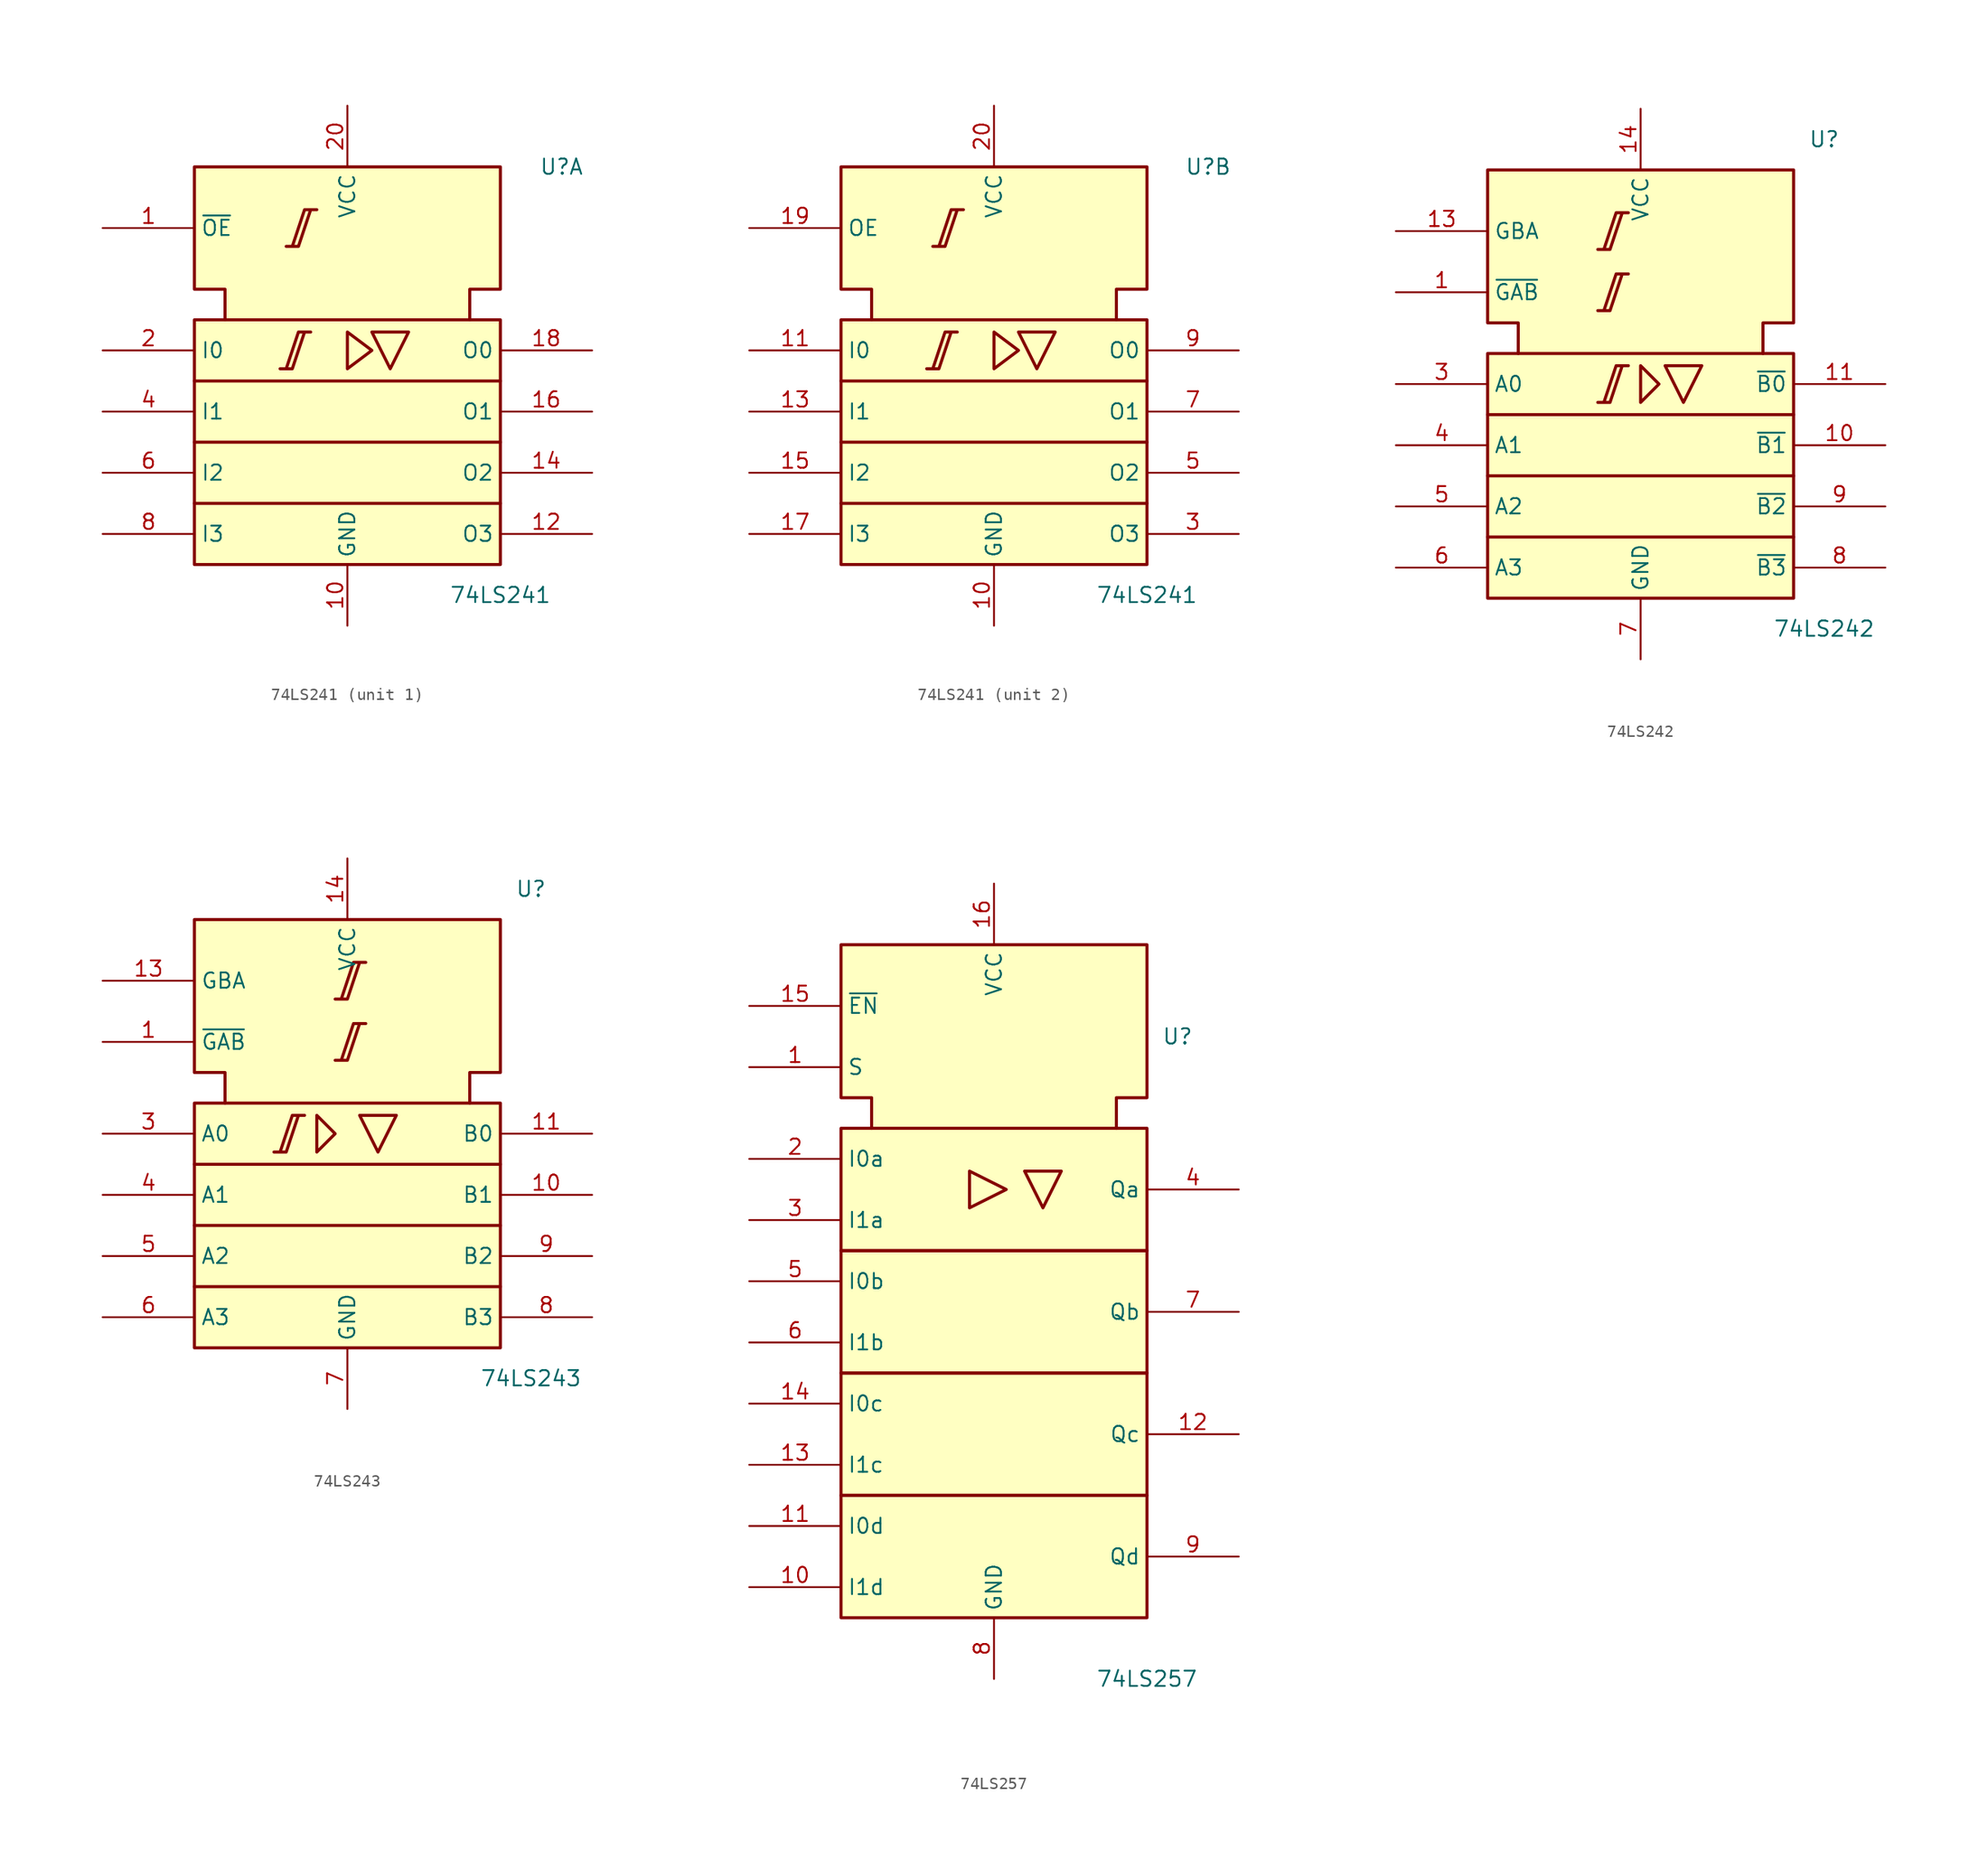
<source format=kicad_sym>
(kicad_symbol_lib
  (version 20231120)
  (generator "kicad_symbol_editor")
  (generator_version "8.0")
  (symbol "74LS241"
    (property "Reference" "U"
      (at 17.78 20.32 0)
      (effects (font (size 1.27 1.27))))
    (property "Value" "74LS241"
      (at 12.7 -15.24 0)
      (effects (font (size 1.27 1.27))))
    (symbol "74LS241_0_0"
      (polyline (pts (xy 2.032 6.604) (xy 5.08 6.604) (xy 3.556 3.556) (xy 2.032 6.604) (xy 2.032 6.604)) (stroke (width 0.254) (type default)) (fill (type background)))
      (pin power_in line (at 0 -17.78 90) (length 5.08) (name "GND" (effects (font (size 1.27 1.27)))) (number "10" (effects (font (size 1.27 1.27)))))
      (pin power_in line (at 0 25.4 270) (length 5.08) (name "VCC" (effects (font (size 1.27 1.27)))) (number "20" (effects (font (size 1.27 1.27))))))
    (symbol "74LS241_0_1"
      (rectangle (start -12.7 7.62) (end 12.7 -12.7) (stroke (width 0.254) (type default)) (fill (type background)))
      (polyline (pts (xy -12.7 -2.54) (xy 12.7 -2.54) (xy 12.7 -2.54)) (stroke (width 0.254) (type default)) (fill (type background)))
      (polyline (pts (xy 12.7 -7.62) (xy -12.7 -7.62) (xy -12.7 -7.62)) (stroke (width 0.254) (type default)) (fill (type background)))
      (polyline (pts (xy 12.7 2.54) (xy -12.7 2.54) (xy -12.7 2.54)) (stroke (width 0.254) (type default)) (fill (type background)))
      (polyline (pts (xy 0 6.604) (xy 0 3.556) (xy 2.032 5.08) (xy 0 6.604) (xy 0 6.604)) (stroke (width 0.254) (type default)) (fill (type background)))
      (polyline (pts (xy -5.588 3.556) (xy -4.572 3.556) (xy -3.556 6.604) (xy -3.048 6.604) (xy -4.064 6.604) (xy -5.08 3.556) (xy -5.08 3.556)) (stroke (width 0.254) (type default)) (fill (type background)))
      (polyline (pts (xy -5.08 13.716) (xy -4.064 13.716) (xy -3.048 16.764) (xy -2.54 16.764) (xy -3.556 16.764) (xy -4.572 13.716) (xy -4.572 13.716)) (stroke (width 0.254) (type default)) (fill (type background)))
      (polyline (pts (xy -10.16 7.62) (xy -10.16 10.16) (xy -12.7 10.16) (xy -12.7 20.32) (xy 12.7 20.32) (xy 12.7 10.16) (xy 10.16 10.16) (xy 10.16 7.62) (xy 10.16 7.62)) (stroke (width 0.254) (type default)) (fill (type background))))
    (symbol "74LS241_1_1"
      (pin input line (at -20.32 15.24 0) (length 7.62) (name "~{OE}" (effects (font (size 1.27 1.27)))) (number "1" (effects (font (size 1.27 1.27)))))
      (pin tri_state line (at 20.32 -10.16 180) (length 7.62) (name "O3" (effects (font (size 1.27 1.27)))) (number "12" (effects (font (size 1.27 1.27)))))
      (pin tri_state line (at 20.32 -5.08 180) (length 7.62) (name "O2" (effects (font (size 1.27 1.27)))) (number "14" (effects (font (size 1.27 1.27)))))
      (pin tri_state line (at 20.32 0 180) (length 7.62) (name "O1" (effects (font (size 1.27 1.27)))) (number "16" (effects (font (size 1.27 1.27)))))
      (pin tri_state line (at 20.32 5.08 180) (length 7.62) (name "O0" (effects (font (size 1.27 1.27)))) (number "18" (effects (font (size 1.27 1.27)))))
      (pin input line (at -20.32 5.08 0) (length 7.62) (name "I0" (effects (font (size 1.27 1.27)))) (number "2" (effects (font (size 1.27 1.27)))))
      (pin input line (at -20.32 0 0) (length 7.62) (name "I1" (effects (font (size 1.27 1.27)))) (number "4" (effects (font (size 1.27 1.27)))))
      (pin input line (at -20.32 -5.08 0) (length 7.62) (name "I2" (effects (font (size 1.27 1.27)))) (number "6" (effects (font (size 1.27 1.27)))))
      (pin input line (at -20.32 -10.16 0) (length 7.62) (name "I3" (effects (font (size 1.27 1.27)))) (number "8" (effects (font (size 1.27 1.27))))))
    (symbol "74LS241_2_1"
      (pin input line (at -20.32 5.08 0) (length 7.62) (name "I0" (effects (font (size 1.27 1.27)))) (number "11" (effects (font (size 1.27 1.27)))))
      (pin input line (at -20.32 0 0) (length 7.62) (name "I1" (effects (font (size 1.27 1.27)))) (number "13" (effects (font (size 1.27 1.27)))))
      (pin input line (at -20.32 -5.08 0) (length 7.62) (name "I2" (effects (font (size 1.27 1.27)))) (number "15" (effects (font (size 1.27 1.27)))))
      (pin input line (at -20.32 -10.16 0) (length 7.62) (name "I3" (effects (font (size 1.27 1.27)))) (number "17" (effects (font (size 1.27 1.27)))))
      (pin input line (at -20.32 15.24 0) (length 7.62) (name "OE" (effects (font (size 1.27 1.27)))) (number "19" (effects (font (size 1.27 1.27)))))
      (pin tri_state line (at 20.32 -10.16 180) (length 7.62) (name "O3" (effects (font (size 1.27 1.27)))) (number "3" (effects (font (size 1.27 1.27)))))
      (pin tri_state line (at 20.32 -5.08 180) (length 7.62) (name "O2" (effects (font (size 1.27 1.27)))) (number "5" (effects (font (size 1.27 1.27)))))
      (pin tri_state line (at 20.32 0 180) (length 7.62) (name "O1" (effects (font (size 1.27 1.27)))) (number "7" (effects (font (size 1.27 1.27)))))
      (pin tri_state line (at 20.32 5.08 180) (length 7.62) (name "O0" (effects (font (size 1.27 1.27)))) (number "9" (effects (font (size 1.27 1.27)))))))
  (symbol "74LS242"
    (property "Reference" "U"
      (at 15.24 25.4 0)
      (effects (font (size 1.27 1.27))))
    (property "Value" "74LS242"
      (at 15.24 -15.24 0)
      (effects (font (size 1.27 1.27))))
    (symbol "74LS242_0_0"
      (pin power_in line (at 0 27.94 270) (length 5.08) (name "VCC" (effects (font (size 1.27 1.27)))) (number "14" (effects (font (size 1.27 1.27)))))
      (pin power_in line (at 0 -17.78 90) (length 5.08) (name "GND" (effects (font (size 1.27 1.27)))) (number "7" (effects (font (size 1.27 1.27))))))
    (symbol "74LS242_0_1"
      (rectangle (start -12.7 7.62) (end 12.7 -12.7) (stroke (width 0.254) (type default)) (fill (type background)))
      (polyline (pts (xy -12.7 -7.62) (xy 12.7 -7.62) (xy 12.7 -7.62)) (stroke (width 0.254) (type default)) (fill (type background)))
      (polyline (pts (xy -12.7 -2.54) (xy 12.7 -2.54) (xy 12.7 -2.54)) (stroke (width 0.254) (type default)) (fill (type background)))
      (polyline (pts (xy -12.7 2.54) (xy 12.7 2.54) (xy 12.7 2.54)) (stroke (width 0.254) (type default)) (fill (type background)))
      (polyline (pts (xy 0 6.604) (xy 0 3.556) (xy 1.524 5.08) (xy 0 6.604) (xy 0 6.604)) (stroke (width 0.254) (type default)) (fill (type background)))
      (polyline (pts (xy 2.032 6.604) (xy 5.08 6.604) (xy 3.556 3.556) (xy 2.032 6.604) (xy 2.032 6.604)) (stroke (width 0.254) (type default)) (fill (type background)))
      (polyline (pts (xy -3.556 3.556) (xy -2.54 3.556) (xy -1.524 6.604) (xy -1.016 6.604) (xy -2.032 6.604) (xy -3.048 3.556) (xy -3.048 3.556)) (stroke (width 0.254) (type default)) (fill (type background)))
      (polyline (pts (xy -3.556 11.176) (xy -2.54 11.176) (xy -1.524 14.224) (xy -1.016 14.224) (xy -2.032 14.224) (xy -3.048 11.176) (xy -3.048 11.176)) (stroke (width 0.254) (type default)) (fill (type background)))
      (polyline (pts (xy -3.556 16.256) (xy -2.54 16.256) (xy -1.524 19.304) (xy -1.016 19.304) (xy -2.032 19.304) (xy -3.048 16.256) (xy -3.048 16.256)) (stroke (width 0.254) (type default)) (fill (type background)))
      (polyline (pts (xy -10.16 7.62) (xy -10.16 10.16) (xy -12.7 10.16) (xy -12.7 22.86) (xy 12.7 22.86) (xy 12.7 10.16) (xy 10.16 10.16) (xy 10.16 7.62) (xy 10.16 7.62)) (stroke (width 0.254) (type default)) (fill (type background))))
    (symbol "74LS242_1_1"
      (pin input line (at -20.32 12.7 0) (length 7.62) (name "~{GAB}" (effects (font (size 1.27 1.27)))) (number "1" (effects (font (size 1.27 1.27)))))
      (pin tri_state line (at 20.32 0 180) (length 7.62) (name "~{B1}" (effects (font (size 1.27 1.27)))) (number "10" (effects (font (size 1.27 1.27)))))
      (pin tri_state line (at 20.32 5.08 180) (length 7.62) (name "~{B0}" (effects (font (size 1.27 1.27)))) (number "11" (effects (font (size 1.27 1.27)))))
      (pin input line (at -20.32 17.78 0) (length 7.62) (name "GBA" (effects (font (size 1.27 1.27)))) (number "13" (effects (font (size 1.27 1.27)))))
      (pin input line (at -20.32 5.08 0) (length 7.62) (name "A0" (effects (font (size 1.27 1.27)))) (number "3" (effects (font (size 1.27 1.27)))))
      (pin input line (at -20.32 0 0) (length 7.62) (name "A1" (effects (font (size 1.27 1.27)))) (number "4" (effects (font (size 1.27 1.27)))))
      (pin input line (at -20.32 -5.08 0) (length 7.62) (name "A2" (effects (font (size 1.27 1.27)))) (number "5" (effects (font (size 1.27 1.27)))))
      (pin input line (at -20.32 -10.16 0) (length 7.62) (name "A3" (effects (font (size 1.27 1.27)))) (number "6" (effects (font (size 1.27 1.27)))))
      (pin tri_state line (at 20.32 -10.16 180) (length 7.62) (name "~{B3}" (effects (font (size 1.27 1.27)))) (number "8" (effects (font (size 1.27 1.27)))))
      (pin tri_state line (at 20.32 -5.08 180) (length 7.62) (name "~{B2}" (effects (font (size 1.27 1.27)))) (number "9" (effects (font (size 1.27 1.27)))))))
  (symbol "74LS243"
    (property "Reference" "U"
      (at 15.24 25.4 0)
      (effects (font (size 1.27 1.27))))
    (property "Value" "74LS243"
      (at 15.24 -15.24 0)
      (effects (font (size 1.27 1.27))))
    (symbol "74LS243_0_0"
      (pin power_in line (at 0 27.94 270) (length 5.08) (name "VCC" (effects (font (size 1.27 1.27)))) (number "14" (effects (font (size 1.27 1.27)))))
      (pin power_in line (at 0 -17.78 90) (length 5.08) (name "GND" (effects (font (size 1.27 1.27)))) (number "7" (effects (font (size 1.27 1.27))))))
    (symbol "74LS243_0_1"
      (rectangle (start -12.7 7.62) (end 12.7 -12.7) (stroke (width 0.254) (type default)) (fill (type background)))
      (polyline (pts (xy -12.7 -7.62) (xy 12.7 -7.62) (xy 12.7 -7.62)) (stroke (width 0.254) (type default)) (fill (type background)))
      (polyline (pts (xy -12.7 -2.54) (xy 12.7 -2.54) (xy 12.7 -2.54)) (stroke (width 0.254) (type default)) (fill (type background)))
      (polyline (pts (xy -12.7 2.54) (xy 12.7 2.54) (xy 12.7 2.54)) (stroke (width 0.254) (type default)) (fill (type background)))
      (polyline (pts (xy -2.54 6.604) (xy -2.54 3.556) (xy -1.016 5.08) (xy -2.54 6.604) (xy -2.54 6.604)) (stroke (width 0.254) (type default)) (fill (type background)))
      (polyline (pts (xy 1.016 6.604) (xy 4.064 6.604) (xy 2.54 3.556) (xy 1.016 6.604) (xy 1.016 6.604)) (stroke (width 0.254) (type default)) (fill (type background)))
      (polyline (pts (xy -6.096 3.556) (xy -5.08 3.556) (xy -4.064 6.604) (xy -3.556 6.604) (xy -4.572 6.604) (xy -5.588 3.556) (xy -5.588 3.556)) (stroke (width 0.254) (type default)) (fill (type background)))
      (polyline (pts (xy -1.016 11.176) (xy 0 11.176) (xy 1.016 14.224) (xy 1.524 14.224) (xy 0.508 14.224) (xy -0.508 11.176) (xy -0.508 11.176)) (stroke (width 0.254) (type default)) (fill (type background)))
      (polyline (pts (xy -1.016 16.256) (xy 0 16.256) (xy 1.016 19.304) (xy 1.524 19.304) (xy 0.508 19.304) (xy -0.508 16.256) (xy -0.508 16.256)) (stroke (width 0.254) (type default)) (fill (type background)))
      (polyline (pts (xy -10.16 7.62) (xy -10.16 10.16) (xy -12.7 10.16) (xy -12.7 22.86) (xy 12.7 22.86) (xy 12.7 10.16) (xy 10.16 10.16) (xy 10.16 7.62) (xy 10.16 7.62)) (stroke (width 0.254) (type default)) (fill (type background))))
    (symbol "74LS243_1_1"
      (pin input line (at -20.32 12.7 0) (length 7.62) (name "~{GAB}" (effects (font (size 1.27 1.27)))) (number "1" (effects (font (size 1.27 1.27)))))
      (pin tri_state line (at 20.32 0 180) (length 7.62) (name "B1" (effects (font (size 1.27 1.27)))) (number "10" (effects (font (size 1.27 1.27)))))
      (pin tri_state line (at 20.32 5.08 180) (length 7.62) (name "B0" (effects (font (size 1.27 1.27)))) (number "11" (effects (font (size 1.27 1.27)))))
      (pin input line (at -20.32 17.78 0) (length 7.62) (name "GBA" (effects (font (size 1.27 1.27)))) (number "13" (effects (font (size 1.27 1.27)))))
      (pin input line (at -20.32 5.08 0) (length 7.62) (name "A0" (effects (font (size 1.27 1.27)))) (number "3" (effects (font (size 1.27 1.27)))))
      (pin input line (at -20.32 0 0) (length 7.62) (name "A1" (effects (font (size 1.27 1.27)))) (number "4" (effects (font (size 1.27 1.27)))))
      (pin input line (at -20.32 -5.08 0) (length 7.62) (name "A2" (effects (font (size 1.27 1.27)))) (number "5" (effects (font (size 1.27 1.27)))))
      (pin input line (at -20.32 -10.16 0) (length 7.62) (name "A3" (effects (font (size 1.27 1.27)))) (number "6" (effects (font (size 1.27 1.27)))))
      (pin tri_state line (at 20.32 -10.16 180) (length 7.62) (name "B3" (effects (font (size 1.27 1.27)))) (number "8" (effects (font (size 1.27 1.27)))))
      (pin tri_state line (at 20.32 -5.08 180) (length 7.62) (name "B2" (effects (font (size 1.27 1.27)))) (number "9" (effects (font (size 1.27 1.27)))))))
  (symbol "74LS257"
    (property "Reference" "U"
      (at 15.24 20.32 0)
      (effects (font (size 1.27 1.27))))
    (property "Value" "74LS257"
      (at 12.7 -33.02 0)
      (effects (font (size 1.27 1.27))))
    (symbol "74LS257_0_0"
      (rectangle (start -12.7 -17.78) (end 12.7 -27.94) (stroke (width 0.254) (type default)) (fill (type background)))
      (rectangle (start -12.7 -7.62) (end 12.7 -17.78) (stroke (width 0.254) (type default)) (fill (type background)))
      (rectangle (start -12.7 2.54) (end 12.7 -7.62) (stroke (width 0.254) (type default)) (fill (type background)))
      (rectangle (start -12.7 12.7) (end 12.7 2.54) (stroke (width 0.254) (type default)) (fill (type background)))
      (polyline (pts (xy -2.032 9.144) (xy -2.032 6.096) (xy 1.016 7.62) (xy -2.032 9.144) (xy -2.032 9.144)) (stroke (width 0.254) (type default)) (fill (type background)))
      (polyline (pts (xy 5.588 9.144) (xy 2.54 9.144) (xy 4.064 6.096) (xy 5.588 9.144) (xy 5.588 9.144)) (stroke (width 0.254) (type default)) (fill (type background)))
      (polyline (pts (xy -10.16 12.7) (xy -10.16 15.24) (xy -12.7 15.24) (xy -12.7 27.94) (xy 12.7 27.94) (xy 12.7 15.24) (xy 10.16 15.24) (xy 10.16 12.7) (xy 10.16 12.7)) (stroke (width 0.254) (type default)) (fill (type background)))
      (pin power_in line (at 0 33.02 270) (length 5.08) (name "VCC" (effects (font (size 1.27 1.27)))) (number "16" (effects (font (size 1.27 1.27)))))
      (pin power_in line (at 0 -33.02 90) (length 5.08) (name "GND" (effects (font (size 1.27 1.27)))) (number "8" (effects (font (size 1.27 1.27))))))
    (symbol "74LS257_1_1"
      (pin input line (at -20.32 17.78 0) (length 7.62) (name "S" (effects (font (size 1.27 1.27)))) (number "1" (effects (font (size 1.27 1.27)))))
      (pin input line (at -20.32 -25.4 0) (length 7.62) (name "I1d" (effects (font (size 1.27 1.27)))) (number "10" (effects (font (size 1.27 1.27)))))
      (pin input line (at -20.32 -20.32 0) (length 7.62) (name "I0d" (effects (font (size 1.27 1.27)))) (number "11" (effects (font (size 1.27 1.27)))))
      (pin tri_state line (at 20.32 -12.7 180) (length 7.62) (name "Qc" (effects (font (size 1.27 1.27)))) (number "12" (effects (font (size 1.27 1.27)))))
      (pin input line (at -20.32 -15.24 0) (length 7.62) (name "I1c" (effects (font (size 1.27 1.27)))) (number "13" (effects (font (size 1.27 1.27)))))
      (pin input line (at -20.32 -10.16 0) (length 7.62) (name "I0c" (effects (font (size 1.27 1.27)))) (number "14" (effects (font (size 1.27 1.27)))))
      (pin input line (at -20.32 22.86 0) (length 7.62) (name "~{EN}" (effects (font (size 1.27 1.27)))) (number "15" (effects (font (size 1.27 1.27)))))
      (pin input line (at -20.32 10.16 0) (length 7.62) (name "I0a" (effects (font (size 1.27 1.27)))) (number "2" (effects (font (size 1.27 1.27)))))
      (pin input line (at -20.32 5.08 0) (length 7.62) (name "I1a" (effects (font (size 1.27 1.27)))) (number "3" (effects (font (size 1.27 1.27)))))
      (pin tri_state line (at 20.32 7.62 180) (length 7.62) (name "Qa" (effects (font (size 1.27 1.27)))) (number "4" (effects (font (size 1.27 1.27)))))
      (pin input line (at -20.32 0 0) (length 7.62) (name "I0b" (effects (font (size 1.27 1.27)))) (number "5" (effects (font (size 1.27 1.27)))))
      (pin input line (at -20.32 -5.08 0) (length 7.62) (name "I1b" (effects (font (size 1.27 1.27)))) (number "6" (effects (font (size 1.27 1.27)))))
      (pin tri_state line (at 20.32 -2.54 180) (length 7.62) (name "Qb" (effects (font (size 1.27 1.27)))) (number "7" (effects (font (size 1.27 1.27)))))
      (pin tri_state line (at 20.32 -22.86 180) (length 7.62) (name "Qd" (effects (font (size 1.27 1.27)))) (number "9" (effects (font (size 1.27 1.27))))))))
</source>
